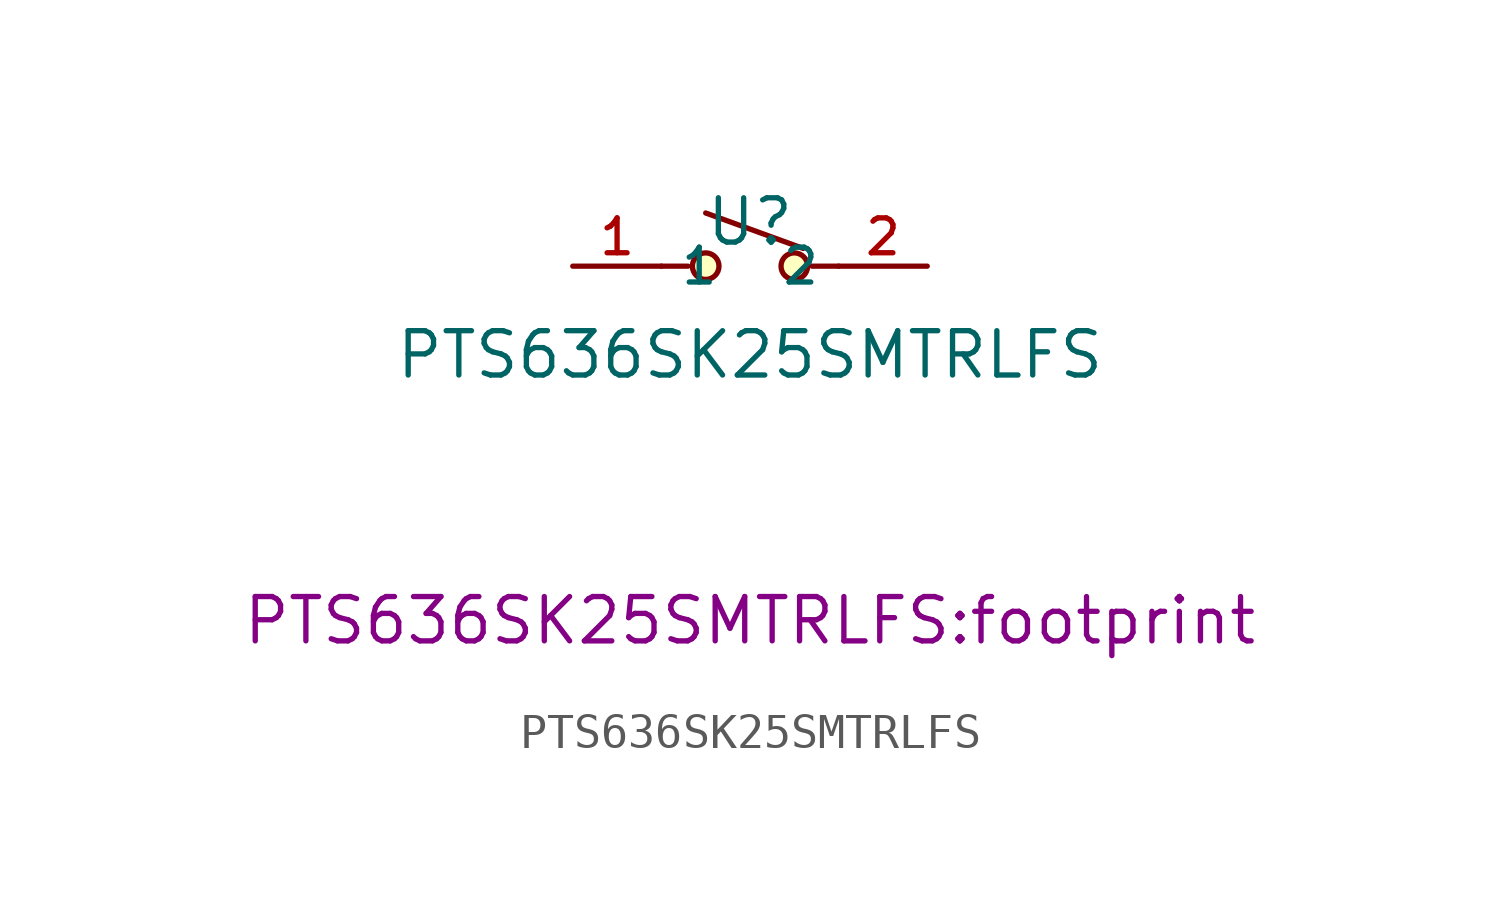
<source format=kicad_sym>
(kicad_symbol_lib
  (version 20210201)
  (generator TousstNicolas/JLC2KiCad_lib)
  (symbol "PTS636SK25SMTRLFS"
    (property "Reference" "U"
      (at 0 1.27 0)
      (effects (font (size 1.27 1.27))))
    (property "Value" "PTS636SK25SMTRLFS"
      (at 0 -2.54 0)
      (effects (font (size 1.27 1.27))))
    (property "Footprint" "PTS636SK25SMTRLFS:footprint"
      (at 0 -10.16 0))
    (symbol "PTS636SK25SMTRLFS_0_1"
      (circle (center -1.27 -0.0) (radius 0.381) (stroke (width 0) (type default) (color 0 0 0 0)) (fill (type background)))
      (circle (center 1.27 -0.0) (radius 0.381) (stroke (width 0) (type default) (color 0 0 0 0)) (fill (type background)))
      (polyline (pts (xy -1.778 -0.0) (xy -2.54 -0.0)) (stroke (width 0) (type default) (color 0 0 0 0)) (fill (type none)))
      (polyline (pts (xy 1.778 -0.0) (xy 2.54 -0.0)) (stroke (width 0) (type default) (color 0 0 0 0)) (fill (type none)))
      (pin unspecified line (at -5.08 -0.0 0) (length 2.54) (name "1" (effects (font (size 1 1)))) (number "1" (effects (font (size 1 1)))))
      (pin unspecified line (at 5.08 -0.0 180) (length 2.54) (name "2" (effects (font (size 1 1)))) (number "2" (effects (font (size 1 1)))))
      (polyline (pts (xy 1.524 0.508) (xy -1.27 1.524)) (stroke (width 0) (type default) (color 0 0 0 0)) (fill (type none))))))
</source>
